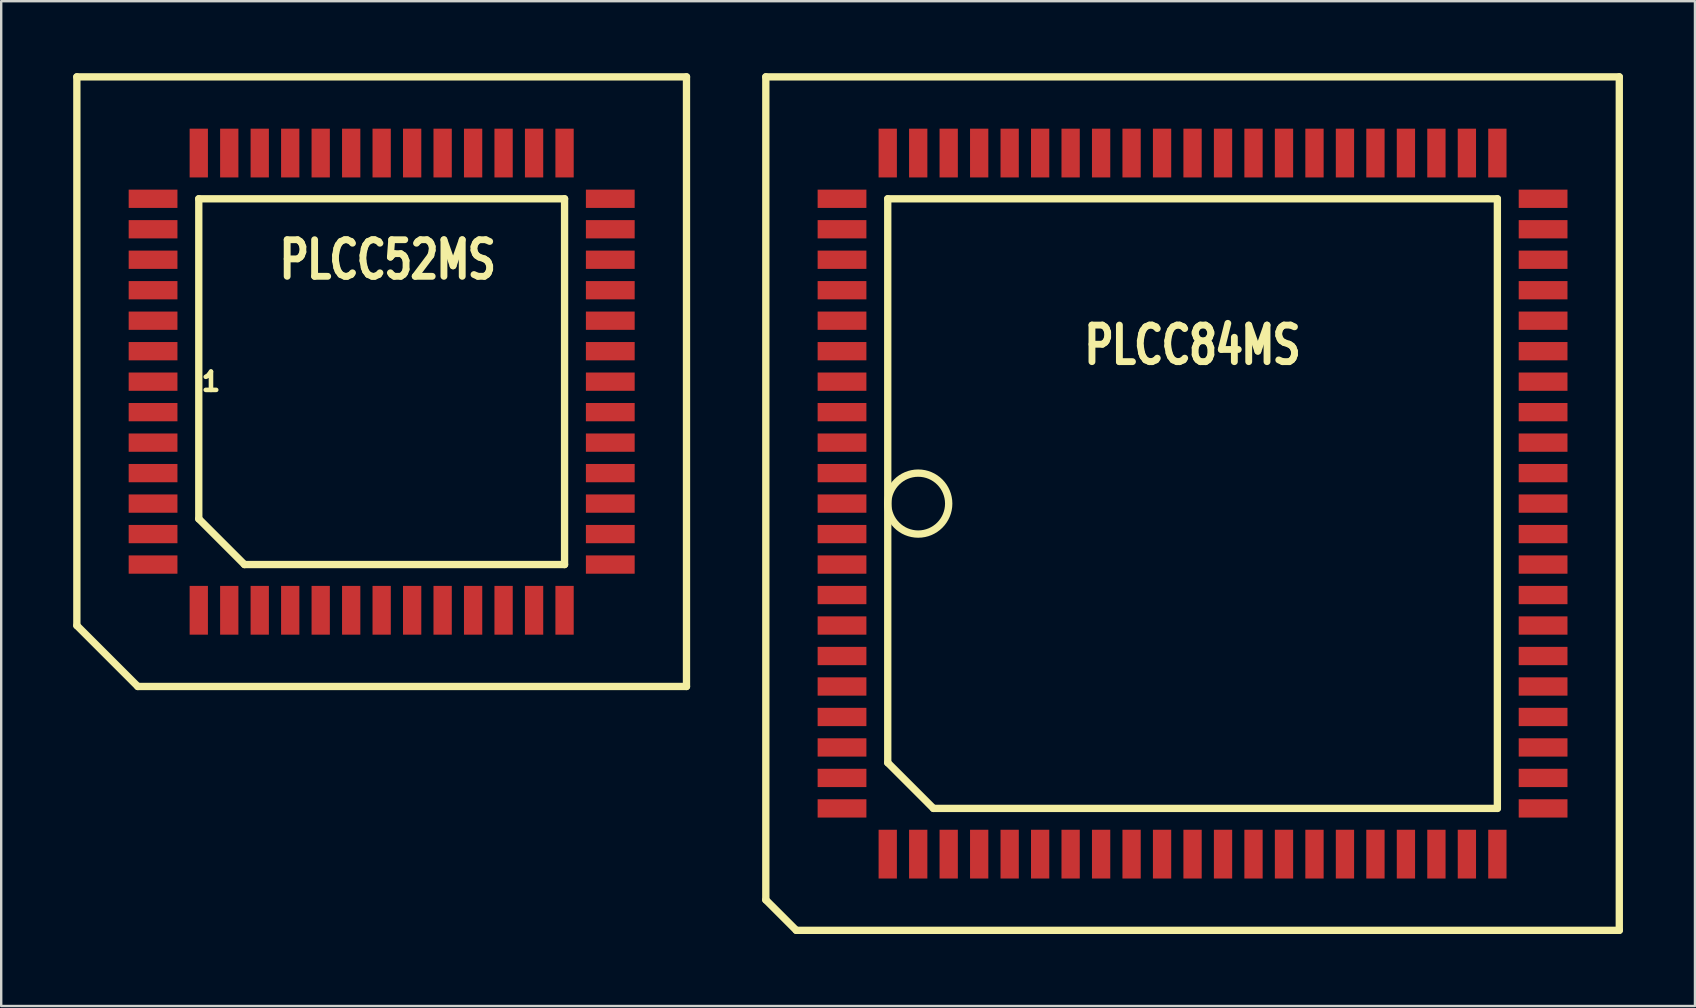
<source format=kicad_pcb>
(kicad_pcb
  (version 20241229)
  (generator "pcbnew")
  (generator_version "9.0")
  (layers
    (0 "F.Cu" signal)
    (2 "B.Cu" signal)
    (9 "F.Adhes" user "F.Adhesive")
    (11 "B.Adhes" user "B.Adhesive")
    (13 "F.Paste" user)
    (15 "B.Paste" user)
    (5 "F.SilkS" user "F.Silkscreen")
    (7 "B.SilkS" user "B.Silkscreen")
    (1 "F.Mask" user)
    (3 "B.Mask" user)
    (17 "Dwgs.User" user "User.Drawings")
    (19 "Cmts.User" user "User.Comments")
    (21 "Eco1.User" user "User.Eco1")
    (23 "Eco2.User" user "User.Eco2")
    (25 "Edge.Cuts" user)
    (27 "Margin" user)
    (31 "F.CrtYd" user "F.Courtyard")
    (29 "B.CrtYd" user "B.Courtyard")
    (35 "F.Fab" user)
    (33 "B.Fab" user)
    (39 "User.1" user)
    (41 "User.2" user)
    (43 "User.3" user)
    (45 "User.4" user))
  (footprint "PLCC52MS"
    (layer "F.Cu")
    (at 12.852 12.852)
    (property "Reference" "PLCC52MS" (at 0.254 -5.08 0) (layer "F.SilkS") (effects (font (size 1.524 1.143) (thickness 0.305))))
    (attr smd)
    (fp_line (start -12.7 -12.7) (end 12.7 -12.7) (stroke (width 0.305) (type solid)) (layer "F.SilkS"))
    (fp_line (start -12.7 10.16) (end -12.7 -12.7) (stroke (width 0.305) (type solid)) (layer "F.SilkS"))
    (fp_line (start -10.16 12.7) (end -12.7 10.16) (stroke (width 0.305) (type solid)) (layer "F.SilkS"))
    (fp_line (start -10.16 12.7) (end 12.7 12.7) (stroke (width 0.305) (type solid)) (layer "F.SilkS"))
    (fp_line (start -7.62 -7.62) (end 7.62 -7.62) (stroke (width 0.305) (type solid)) (layer "F.SilkS"))
    (fp_line (start -7.62 5.715) (end -7.62 -7.62) (stroke (width 0.305) (type solid)) (layer "F.SilkS"))
    (fp_line (start -5.715 7.62) (end -7.62 5.715) (stroke (width 0.305) (type solid)) (layer "F.SilkS"))
    (fp_line (start 7.62 -7.62) (end 7.62 7.62) (stroke (width 0.305) (type solid)) (layer "F.SilkS"))
    (fp_line (start 7.62 7.62) (end -5.715 7.62) (stroke (width 0.305) (type solid)) (layer "F.SilkS"))
    (fp_line (start 12.7 -12.7) (end 12.7 12.7) (stroke (width 0.305) (type solid)) (layer "F.SilkS"))
    (fp_text user "1" (at -7.112 0 0) (layer "F.SilkS") (effects (font (size 0.762 0.762) (thickness 0.305))))
    (pad "1" smd rect (at -9.525 0) (size 2.032 0.762) (layers "F.Cu" "F.Mask" "F.Paste"))
    (pad "2" smd rect (at -9.525 1.27) (size 2.032 0.762) (layers "F.Cu" "F.Mask" "F.Paste"))
    (pad "3" smd rect (at -9.525 2.54) (size 2.032 0.762) (layers "F.Cu" "F.Mask" "F.Paste"))
    (pad "4" smd rect (at -9.525 3.81) (size 2.032 0.762) (layers "F.Cu" "F.Mask" "F.Paste"))
    (pad "5" smd rect (at -9.525 5.08) (size 2.032 0.762) (layers "F.Cu" "F.Mask" "F.Paste"))
    (pad "6" smd rect (at -9.525 6.35) (size 2.032 0.762) (layers "F.Cu" "F.Mask" "F.Paste"))
    (pad "7" smd rect (at -9.525 7.62) (size 2.032 0.762) (layers "F.Cu" "F.Mask" "F.Paste"))
    (pad "8" smd rect (at -7.62 9.525) (size 0.762 2.032) (layers "F.Cu" "F.Mask" "F.Paste"))
    (pad "9" smd rect (at -6.35 9.525) (size 0.762 2.032) (layers "F.Cu" "F.Mask" "F.Paste"))
    (pad "10" smd rect (at -5.08 9.525) (size 0.762 2.032) (layers "F.Cu" "F.Mask" "F.Paste"))
    (pad "11" smd rect (at -3.81 9.525) (size 0.762 2.032) (layers "F.Cu" "F.Mask" "F.Paste"))
    (pad "12" smd rect (at -2.54 9.525) (size 0.762 2.032) (layers "F.Cu" "F.Mask" "F.Paste"))
    (pad "13" smd rect (at -1.27 9.525) (size 0.762 2.032) (layers "F.Cu" "F.Mask" "F.Paste"))
    (pad "14" smd rect (at 0 9.525) (size 0.762 2.032) (layers "F.Cu" "F.Mask" "F.Paste"))
    (pad "15" smd rect (at 1.27 9.525) (size 0.762 2.032) (layers "F.Cu" "F.Mask" "F.Paste"))
    (pad "16" smd rect (at 2.54 9.525) (size 0.762 2.032) (layers "F.Cu" "F.Mask" "F.Paste"))
    (pad "17" smd rect (at 3.81 9.525) (size 0.762 2.032) (layers "F.Cu" "F.Mask" "F.Paste"))
    (pad "18" smd rect (at 5.08 9.525) (size 0.762 2.032) (layers "F.Cu" "F.Mask" "F.Paste"))
    (pad "19" smd rect (at 6.35 9.525) (size 0.762 2.032) (layers "F.Cu" "F.Mask" "F.Paste"))
    (pad "20" smd rect (at 7.62 9.525) (size 0.762 2.032) (layers "F.Cu" "F.Mask" "F.Paste"))
    (pad "21" smd rect (at 9.525 7.62) (size 2.032 0.762) (layers "F.Cu" "F.Mask" "F.Paste"))
    (pad "22" smd rect (at 9.525 6.35) (size 2.032 0.762) (layers "F.Cu" "F.Mask" "F.Paste"))
    (pad "23" smd rect (at 9.525 5.08) (size 2.032 0.762) (layers "F.Cu" "F.Mask" "F.Paste"))
    (pad "24" smd rect (at 9.525 3.81) (size 2.032 0.762) (layers "F.Cu" "F.Mask" "F.Paste"))
    (pad "25" smd rect (at 9.525 2.54) (size 2.032 0.762) (layers "F.Cu" "F.Mask" "F.Paste"))
    (pad "26" smd rect (at 9.525 1.27) (size 2.032 0.762) (layers "F.Cu" "F.Mask" "F.Paste"))
    (pad "27" smd rect (at 9.525 0) (size 2.032 0.762) (layers "F.Cu" "F.Mask" "F.Paste"))
    (pad "28" smd rect (at 9.525 -1.27) (size 2.032 0.762) (layers "F.Cu" "F.Mask" "F.Paste"))
    (pad "29" smd rect (at 9.525 -2.54) (size 2.032 0.762) (layers "F.Cu" "F.Mask" "F.Paste"))
    (pad "30" smd rect (at 9.525 -3.81) (size 2.032 0.762) (layers "F.Cu" "F.Mask" "F.Paste"))
    (pad "31" smd rect (at 9.525 -5.08) (size 2.032 0.762) (layers "F.Cu" "F.Mask" "F.Paste"))
    (pad "32" smd rect (at 9.525 -6.35) (size 2.032 0.762) (layers "F.Cu" "F.Mask" "F.Paste"))
    (pad "33" smd rect (at 9.525 -7.62) (size 2.032 0.762) (layers "F.Cu" "F.Mask" "F.Paste"))
    (pad "34" smd rect (at 7.62 -9.525) (size 0.762 2.032) (layers "F.Cu" "F.Mask" "F.Paste"))
    (pad "35" smd rect (at 6.35 -9.525) (size 0.762 2.032) (layers "F.Cu" "F.Mask" "F.Paste"))
    (pad "36" smd rect (at 5.08 -9.525) (size 0.762 2.032) (layers "F.Cu" "F.Mask" "F.Paste"))
    (pad "37" smd rect (at 3.81 -9.525) (size 0.762 2.032) (layers "F.Cu" "F.Mask" "F.Paste"))
    (pad "38" smd rect (at 2.54 -9.525) (size 0.762 2.032) (layers "F.Cu" "F.Mask" "F.Paste"))
    (pad "39" smd rect (at 1.27 -9.525) (size 0.762 2.032) (layers "F.Cu" "F.Mask" "F.Paste"))
    (pad "40" smd rect (at 0 -9.525) (size 0.762 2.032) (layers "F.Cu" "F.Mask" "F.Paste"))
    (pad "41" smd rect (at -1.27 -9.525) (size 0.762 2.032) (layers "F.Cu" "F.Mask" "F.Paste"))
    (pad "42" smd rect (at -2.54 -9.525) (size 0.762 2.032) (layers "F.Cu" "F.Mask" "F.Paste"))
    (pad "43" smd rect (at -3.81 -9.525) (size 0.762 2.032) (layers "F.Cu" "F.Mask" "F.Paste"))
    (pad "44" smd rect (at -5.08 -9.525) (size 0.762 2.032) (layers "F.Cu" "F.Mask" "F.Paste"))
    (pad "45" smd rect (at -6.35 -9.525) (size 0.762 2.032) (layers "F.Cu" "F.Mask" "F.Paste"))
    (pad "46" smd rect (at -7.62 -9.525) (size 0.762 2.032) (layers "F.Cu" "F.Mask" "F.Paste"))
    (pad "47" smd rect (at -9.525 -7.62) (size 2.032 0.762) (layers "F.Cu" "F.Mask" "F.Paste"))
    (pad "48" smd rect (at -9.525 -6.35) (size 2.032 0.762) (layers "F.Cu" "F.Mask" "F.Paste"))
    (pad "49" smd rect (at -9.525 -5.08) (size 2.032 0.762) (layers "F.Cu" "F.Mask" "F.Paste"))
    (pad "50" smd rect (at -9.525 -3.81) (size 2.032 0.762) (layers "F.Cu" "F.Mask" "F.Paste"))
    (pad "51" smd rect (at -9.525 -2.54) (size 2.032 0.762) (layers "F.Cu" "F.Mask" "F.Paste"))
    (pad "52" smd rect (at -9.525 -1.27) (size 2.032 0.762) (layers "F.Cu" "F.Mask" "F.Paste")))
  (footprint "PLCC84MS"
    (layer "F.Cu")
    (at 46.637 17.932)
    (property "Reference" "PLCC84MS" (at 0 -6.604 0) (layer "F.SilkS") (effects (font (size 1.524 1.143) (thickness 0.305))))
    (attr smd)
    (fp_line (start -17.78 -17.78) (end -17.78 16.51) (stroke (width 0.305) (type solid)) (layer "F.SilkS"))
    (fp_line (start -17.78 16.51) (end -16.51 17.78) (stroke (width 0.305) (type solid)) (layer "F.SilkS"))
    (fp_line (start -16.51 17.78) (end 17.78 17.78) (stroke (width 0.305) (type solid)) (layer "F.SilkS"))
    (fp_line (start -12.7 -12.7) (end 12.7 -12.7) (stroke (width 0.305) (type solid)) (layer "F.SilkS"))
    (fp_line (start -12.7 10.795) (end -12.7 -12.7) (stroke (width 0.305) (type solid)) (layer "F.SilkS"))
    (fp_line (start -10.795 12.7) (end -12.7 10.795) (stroke (width 0.305) (type solid)) (layer "F.SilkS"))
    (fp_line (start 12.7 -12.7) (end 12.7 12.7) (stroke (width 0.305) (type solid)) (layer "F.SilkS"))
    (fp_line (start 12.7 12.7) (end -10.795 12.7) (stroke (width 0.305) (type solid)) (layer "F.SilkS"))
    (fp_line (start 17.78 -17.78) (end -17.78 -17.78) (stroke (width 0.305) (type solid)) (layer "F.SilkS"))
    (fp_line (start 17.78 17.78) (end 17.78 -17.78) (stroke (width 0.305) (type solid)) (layer "F.SilkS"))
    (fp_circle (center -11.43 0) (end -12.7 0) (stroke (width 0.305) (type solid)) (fill no) (layer "F.SilkS"))
    (pad "1" smd rect (at -14.605 0) (size 2.032 0.762) (layers "F.Cu" "F.Mask" "F.Paste"))
    (pad "2" smd rect (at -14.605 1.27) (size 2.032 0.762) (layers "F.Cu" "F.Mask" "F.Paste"))
    (pad "3" smd rect (at -14.605 2.54) (size 2.032 0.762) (layers "F.Cu" "F.Mask" "F.Paste"))
    (pad "4" smd rect (at -14.605 3.81) (size 2.032 0.762) (layers "F.Cu" "F.Mask" "F.Paste"))
    (pad "5" smd rect (at -14.605 5.08) (size 2.032 0.762) (layers "F.Cu" "F.Mask" "F.Paste"))
    (pad "6" smd rect (at -14.605 6.35) (size 2.032 0.762) (layers "F.Cu" "F.Mask" "F.Paste"))
    (pad "7" smd rect (at -14.605 7.62) (size 2.032 0.762) (layers "F.Cu" "F.Mask" "F.Paste"))
    (pad "8" smd rect (at -14.605 8.89) (size 2.032 0.762) (layers "F.Cu" "F.Mask" "F.Paste"))
    (pad "9" smd rect (at -14.605 10.16) (size 2.032 0.762) (layers "F.Cu" "F.Mask" "F.Paste"))
    (pad "10" smd rect (at -14.605 11.43) (size 2.032 0.762) (layers "F.Cu" "F.Mask" "F.Paste"))
    (pad "11" smd rect (at -14.605 12.7) (size 2.032 0.762) (layers "F.Cu" "F.Mask" "F.Paste"))
    (pad "12" smd rect (at -12.7 14.605) (size 0.762 2.032) (layers "F.Cu" "F.Mask" "F.Paste"))
    (pad "13" smd rect (at -11.43 14.605) (size 0.762 2.032) (layers "F.Cu" "F.Mask" "F.Paste"))
    (pad "14" smd rect (at -10.16 14.605) (size 0.762 2.032) (layers "F.Cu" "F.Mask" "F.Paste"))
    (pad "15" smd rect (at -8.89 14.605) (size 0.762 2.032) (layers "F.Cu" "F.Mask" "F.Paste"))
    (pad "16" smd rect (at -7.62 14.605) (size 0.762 2.032) (layers "F.Cu" "F.Mask" "F.Paste"))
    (pad "17" smd rect (at -6.35 14.605) (size 0.762 2.032) (layers "F.Cu" "F.Mask" "F.Paste"))
    (pad "18" smd rect (at -5.08 14.605) (size 0.762 2.032) (layers "F.Cu" "F.Mask" "F.Paste"))
    (pad "19" smd rect (at -3.81 14.605) (size 0.762 2.032) (layers "F.Cu" "F.Mask" "F.Paste"))
    (pad "20" smd rect (at -2.54 14.605) (size 0.762 2.032) (layers "F.Cu" "F.Mask" "F.Paste"))
    (pad "21" smd rect (at -1.27 14.605) (size 0.762 2.032) (layers "F.Cu" "F.Mask" "F.Paste"))
    (pad "22" smd rect (at 0 14.605) (size 0.762 2.032) (layers "F.Cu" "F.Mask" "F.Paste"))
    (pad "23" smd rect (at 1.27 14.605) (size 0.762 2.032) (layers "F.Cu" "F.Mask" "F.Paste"))
    (pad "24" smd rect (at 2.54 14.605) (size 0.762 2.032) (layers "F.Cu" "F.Mask" "F.Paste"))
    (pad "25" smd rect (at 3.81 14.605) (size 0.762 2.032) (layers "F.Cu" "F.Mask" "F.Paste"))
    (pad "26" smd rect (at 5.08 14.605) (size 0.762 2.032) (layers "F.Cu" "F.Mask" "F.Paste"))
    (pad "27" smd rect (at 6.35 14.605) (size 0.762 2.032) (layers "F.Cu" "F.Mask" "F.Paste"))
    (pad "28" smd rect (at 7.62 14.605) (size 0.762 2.032) (layers "F.Cu" "F.Mask" "F.Paste"))
    (pad "29" smd rect (at 8.89 14.605) (size 0.762 2.032) (layers "F.Cu" "F.Mask" "F.Paste"))
    (pad "30" smd rect (at 10.16 14.605) (size 0.762 2.032) (layers "F.Cu" "F.Mask" "F.Paste"))
    (pad "31" smd rect (at 11.43 14.605) (size 0.762 2.032) (layers "F.Cu" "F.Mask" "F.Paste"))
    (pad "32" smd rect (at 12.7 14.605) (size 0.762 2.032) (layers "F.Cu" "F.Mask" "F.Paste"))
    (pad "33" smd rect (at 14.605 12.7) (size 2.032 0.762) (layers "F.Cu" "F.Mask" "F.Paste"))
    (pad "34" smd rect (at 14.605 11.43) (size 2.032 0.762) (layers "F.Cu" "F.Mask" "F.Paste"))
    (pad "35" smd rect (at 14.605 10.16) (size 2.032 0.762) (layers "F.Cu" "F.Mask" "F.Paste"))
    (pad "36" smd rect (at 14.605 8.89) (size 2.032 0.762) (layers "F.Cu" "F.Mask" "F.Paste"))
    (pad "37" smd rect (at 14.605 7.62) (size 2.032 0.762) (layers "F.Cu" "F.Mask" "F.Paste"))
    (pad "38" smd rect (at 14.605 6.35) (size 2.032 0.762) (layers "F.Cu" "F.Mask" "F.Paste"))
    (pad "39" smd rect (at 14.605 5.08) (size 2.032 0.762) (layers "F.Cu" "F.Mask" "F.Paste"))
    (pad "40" smd rect (at 14.605 3.81) (size 2.032 0.762) (layers "F.Cu" "F.Mask" "F.Paste"))
    (pad "41" smd rect (at 14.605 2.54) (size 2.032 0.762) (layers "F.Cu" "F.Mask" "F.Paste"))
    (pad "42" smd rect (at 14.605 1.27) (size 2.032 0.762) (layers "F.Cu" "F.Mask" "F.Paste"))
    (pad "43" smd rect (at 14.605 0) (size 2.032 0.762) (layers "F.Cu" "F.Mask" "F.Paste"))
    (pad "44" smd rect (at 14.605 -1.27) (size 2.032 0.762) (layers "F.Cu" "F.Mask" "F.Paste"))
    (pad "45" smd rect (at 14.605 -2.54) (size 2.032 0.762) (layers "F.Cu" "F.Mask" "F.Paste"))
    (pad "46" smd rect (at 14.605 -3.81) (size 2.032 0.762) (layers "F.Cu" "F.Mask" "F.Paste"))
    (pad "47" smd rect (at 14.605 -5.08) (size 2.032 0.762) (layers "F.Cu" "F.Mask" "F.Paste"))
    (pad "48" smd rect (at 14.605 -6.35) (size 2.032 0.762) (layers "F.Cu" "F.Mask" "F.Paste"))
    (pad "49" smd rect (at 14.605 -7.62) (size 2.032 0.762) (layers "F.Cu" "F.Mask" "F.Paste"))
    (pad "50" smd rect (at 14.605 -8.89) (size 2.032 0.762) (layers "F.Cu" "F.Mask" "F.Paste"))
    (pad "51" smd rect (at 14.605 -10.16) (size 2.032 0.762) (layers "F.Cu" "F.Mask" "F.Paste"))
    (pad "52" smd rect (at 14.605 -11.43) (size 2.032 0.762) (layers "F.Cu" "F.Mask" "F.Paste"))
    (pad "53" smd rect (at 14.605 -12.7) (size 2.032 0.762) (layers "F.Cu" "F.Mask" "F.Paste"))
    (pad "54" smd rect (at 12.7 -14.605) (size 0.762 2.032) (layers "F.Cu" "F.Mask" "F.Paste"))
    (pad "55" smd rect (at 11.43 -14.605) (size 0.762 2.032) (layers "F.Cu" "F.Mask" "F.Paste"))
    (pad "56" smd rect (at 10.16 -14.605) (size 0.762 2.032) (layers "F.Cu" "F.Mask" "F.Paste"))
    (pad "57" smd rect (at 8.89 -14.605) (size 0.762 2.032) (layers "F.Cu" "F.Mask" "F.Paste"))
    (pad "58" smd rect (at 7.62 -14.605) (size 0.762 2.032) (layers "F.Cu" "F.Mask" "F.Paste"))
    (pad "59" smd rect (at 6.35 -14.605) (size 0.762 2.032) (layers "F.Cu" "F.Mask" "F.Paste"))
    (pad "60" smd rect (at 5.08 -14.605) (size 0.762 2.032) (layers "F.Cu" "F.Mask" "F.Paste"))
    (pad "61" smd rect (at 3.81 -14.605) (size 0.762 2.032) (layers "F.Cu" "F.Mask" "F.Paste"))
    (pad "62" smd rect (at 2.54 -14.605) (size 0.762 2.032) (layers "F.Cu" "F.Mask" "F.Paste"))
    (pad "63" smd rect (at 1.27 -14.605) (size 0.762 2.032) (layers "F.Cu" "F.Mask" "F.Paste"))
    (pad "64" smd rect (at 0 -14.605) (size 0.762 2.032) (layers "F.Cu" "F.Mask" "F.Paste"))
    (pad "65" smd rect (at -1.27 -14.605) (size 0.762 2.032) (layers "F.Cu" "F.Mask" "F.Paste"))
    (pad "66" smd rect (at -2.54 -14.605) (size 0.762 2.032) (layers "F.Cu" "F.Mask" "F.Paste"))
    (pad "67" smd rect (at -3.81 -14.605) (size 0.762 2.032) (layers "F.Cu" "F.Mask" "F.Paste"))
    (pad "68" smd rect (at -5.08 -14.605) (size 0.762 2.032) (layers "F.Cu" "F.Mask" "F.Paste"))
    (pad "69" smd rect (at -6.35 -14.605) (size 0.762 2.032) (layers "F.Cu" "F.Mask" "F.Paste"))
    (pad "70" smd rect (at -7.62 -14.605) (size 0.762 2.032) (layers "F.Cu" "F.Mask" "F.Paste"))
    (pad "71" smd rect (at -8.89 -14.605) (size 0.762 2.032) (layers "F.Cu" "F.Mask" "F.Paste"))
    (pad "72" smd rect (at -10.16 -14.605) (size 0.762 2.032) (layers "F.Cu" "F.Mask" "F.Paste"))
    (pad "73" smd rect (at -11.43 -14.605) (size 0.762 2.032) (layers "F.Cu" "F.Mask" "F.Paste"))
    (pad "74" smd rect (at -12.7 -14.605) (size 0.762 2.032) (layers "F.Cu" "F.Mask" "F.Paste"))
    (pad "75" smd rect (at -14.605 -12.7) (size 2.032 0.762) (layers "F.Cu" "F.Mask" "F.Paste"))
    (pad "76" smd rect (at -14.605 -11.43) (size 2.032 0.762) (layers "F.Cu" "F.Mask" "F.Paste"))
    (pad "77" smd rect (at -14.605 -10.16) (size 2.032 0.762) (layers "F.Cu" "F.Mask" "F.Paste"))
    (pad "78" smd rect (at -14.605 -8.89) (size 2.032 0.762) (layers "F.Cu" "F.Mask" "F.Paste"))
    (pad "79" smd rect (at -14.605 -7.62) (size 2.032 0.762) (layers "F.Cu" "F.Mask" "F.Paste"))
    (pad "80" smd rect (at -14.605 -6.35) (size 2.032 0.762) (layers "F.Cu" "F.Mask" "F.Paste"))
    (pad "81" smd rect (at -14.605 -5.08) (size 2.032 0.762) (layers "F.Cu" "F.Mask" "F.Paste"))
    (pad "82" smd rect (at -14.605 -3.81) (size 2.032 0.762) (layers "F.Cu" "F.Mask" "F.Paste"))
    (pad "83" smd rect (at -14.605 -2.54) (size 2.032 0.762) (layers "F.Cu" "F.Mask" "F.Paste"))
    (pad "84" smd rect (at -14.605 -1.27) (size 2.032 0.762) (layers "F.Cu" "F.Mask" "F.Paste")))
  (gr_rect
    (start -3 -3)
    (end 67.57 38.865)
    (stroke (width 0.1) (type default))
    (fill no)
    (layer "Edge.Cuts")))
</source>
